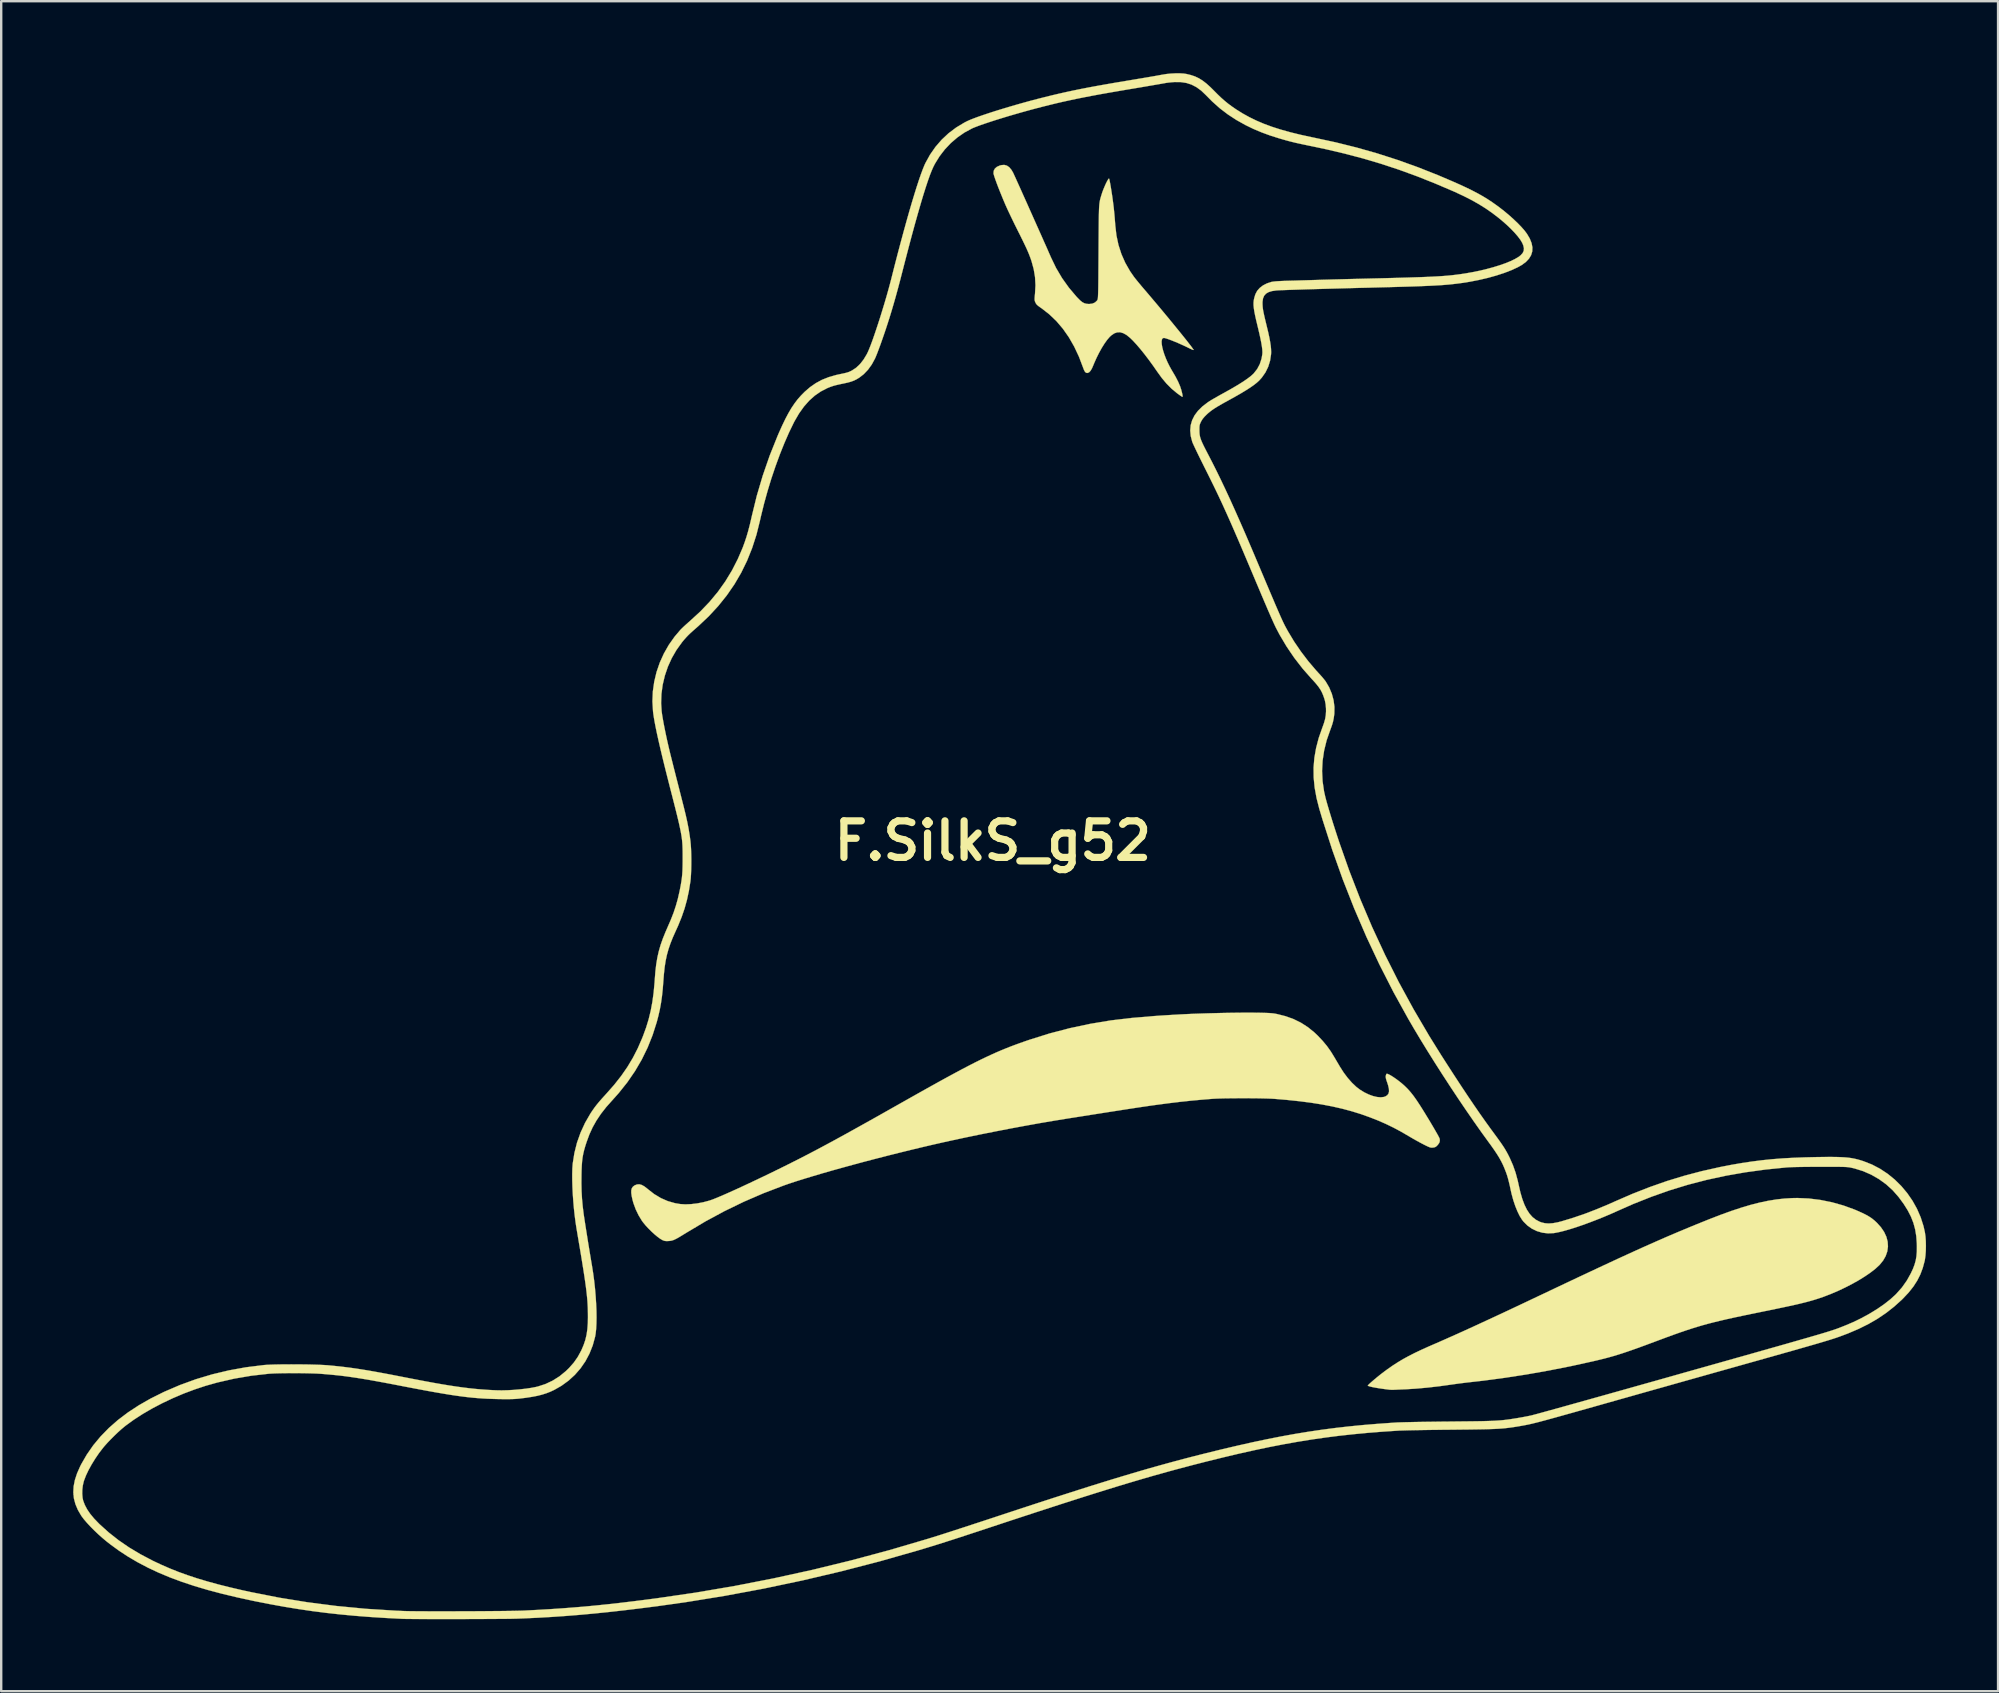
<source format=kicad_pcb>
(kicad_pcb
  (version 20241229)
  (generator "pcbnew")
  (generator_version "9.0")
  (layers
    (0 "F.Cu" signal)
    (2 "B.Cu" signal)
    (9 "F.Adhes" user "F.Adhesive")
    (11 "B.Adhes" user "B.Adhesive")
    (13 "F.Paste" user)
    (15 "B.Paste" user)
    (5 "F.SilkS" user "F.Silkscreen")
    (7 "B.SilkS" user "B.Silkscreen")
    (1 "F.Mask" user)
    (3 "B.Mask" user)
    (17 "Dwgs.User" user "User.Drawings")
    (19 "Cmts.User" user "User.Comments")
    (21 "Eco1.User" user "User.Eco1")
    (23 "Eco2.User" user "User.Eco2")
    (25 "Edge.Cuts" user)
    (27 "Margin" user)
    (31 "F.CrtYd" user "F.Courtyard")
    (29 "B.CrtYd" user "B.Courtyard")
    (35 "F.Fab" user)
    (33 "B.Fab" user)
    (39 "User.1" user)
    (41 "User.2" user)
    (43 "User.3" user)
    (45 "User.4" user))
  (footprint "F.SilkS_g52"
    (layer "F.Cu")
    (at 38.316 31.984)
    (property "Reference" "F.SilkS_g52" (at 0 0 0) (layer "F.SilkS") (effects (font (size 1.524 1.524) (thickness 0.3))))
    (attr through_hole)
    (fp_poly (pts (xy 33.994 14.9) (xy 34.478 14.96) (xy 34.962 15.058) (xy 35.441 15.193) (xy 35.91 15.364) (xy 36.199 15.491) (xy 36.367 15.573) (xy 36.505 15.651) (xy 36.624 15.73) (xy 36.735 15.82) (xy 36.827 15.905) (xy 37 16.096) (xy 37.134 16.293) (xy 37.228 16.495) (xy 37.281 16.698) (xy 37.294 16.901) (xy 37.267 17.102) (xy 37.199 17.299) (xy 37.091 17.488) (xy 36.942 17.67) (xy 36.925 17.686) (xy 36.764 17.834) (xy 36.566 17.987) (xy 36.337 18.144) (xy 36.083 18.302) (xy 35.808 18.456) (xy 35.518 18.606) (xy 35.218 18.748) (xy 34.914 18.878) (xy 34.61 18.995) (xy 34.396 19.068) (xy 34.274 19.107) (xy 34.151 19.144) (xy 34.023 19.18) (xy 33.887 19.217) (xy 33.738 19.254) (xy 33.575 19.294) (xy 33.392 19.336) (xy 33.186 19.381) (xy 32.954 19.431) (xy 32.692 19.486) (xy 32.397 19.547) (xy 32.064 19.615) (xy 31.983 19.632) (xy 31.584 19.713) (xy 31.221 19.789) (xy 30.892 19.859) (xy 30.59 19.926) (xy 30.311 19.991) (xy 30.052 20.054) (xy 29.806 20.117) (xy 29.57 20.182) (xy 29.339 20.25) (xy 29.108 20.322) (xy 28.873 20.399) (xy 28.63 20.482) (xy 28.373 20.573) (xy 28.098 20.673) (xy 27.801 20.784) (xy 27.739 20.807) (xy 27.414 20.928) (xy 27.124 21.036) (xy 26.864 21.13) (xy 26.629 21.214) (xy 26.417 21.287) (xy 26.22 21.353) (xy 26.036 21.411) (xy 25.86 21.464) (xy 25.687 21.513) (xy 25.512 21.56) (xy 25.331 21.605) (xy 25.14 21.651) (xy 25.008 21.682) (xy 24.085 21.885) (xy 23.159 22.068) (xy 22.238 22.231) (xy 21.331 22.371) (xy 20.446 22.489) (xy 19.971 22.543) (xy 19.802 22.562) (xy 19.611 22.585) (xy 19.415 22.61) (xy 19.232 22.635) (xy 19.135 22.649) (xy 18.607 22.722) (xy 18.11 22.779) (xy 17.646 22.821) (xy 17.218 22.848) (xy 17.187 22.849) (xy 17.065 22.854) (xy 16.943 22.859) (xy 16.835 22.864) (xy 16.754 22.868) (xy 16.753 22.868) (xy 16.668 22.871) (xy 16.591 22.87) (xy 16.542 22.868) (xy 16.34 22.843) (xy 16.155 22.817) (xy 15.992 22.791) (xy 15.854 22.766) (xy 15.744 22.742) (xy 15.667 22.72) (xy 15.626 22.702) (xy 15.621 22.693) (xy 15.637 22.673) (xy 15.68 22.63) (xy 15.745 22.57) (xy 15.827 22.499) (xy 15.92 22.42) (xy 16.019 22.338) (xy 16.117 22.259) (xy 16.21 22.186) (xy 16.211 22.185) (xy 16.432 22.02) (xy 16.648 21.869) (xy 16.864 21.729) (xy 17.087 21.595) (xy 17.323 21.466) (xy 17.578 21.336) (xy 17.858 21.203) (xy 18.17 21.062) (xy 18.309 21.002) (xy 18.617 20.868) (xy 18.938 20.726) (xy 19.272 20.577) (xy 19.625 20.418) (xy 19.996 20.249) (xy 20.39 20.067) (xy 20.809 19.873) (xy 21.256 19.665) (xy 21.732 19.441) (xy 22.241 19.201) (xy 22.784 18.943) (xy 22.849 18.913) (xy 23.405 18.649) (xy 23.925 18.403) (xy 24.411 18.173) (xy 24.867 17.959) (xy 25.294 17.759) (xy 25.695 17.572) (xy 26.072 17.397) (xy 26.428 17.234) (xy 26.765 17.08) (xy 27.085 16.935) (xy 27.391 16.799) (xy 27.685 16.669) (xy 27.969 16.544) (xy 28.246 16.425) (xy 28.519 16.309) (xy 28.789 16.196) (xy 29.059 16.084) (xy 29.331 15.972) (xy 29.609 15.86) (xy 29.845 15.765) (xy 30.321 15.581) (xy 30.765 15.42) (xy 31.183 15.282) (xy 31.576 15.165) (xy 31.949 15.07) (xy 32.305 14.995) (xy 32.647 14.94) (xy 32.98 14.903) (xy 33.306 14.884) (xy 33.516 14.88) (xy 33.994 14.9)) (stroke (width 0.01) (type solid)) (fill yes) (layer "F.SilkS"))
    (fp_poly (pts (xy 0.584 -28.135) (xy 0.684 -28.066) (xy 0.776 -27.957) (xy 0.845 -27.838) (xy 0.862 -27.801) (xy 0.895 -27.729) (xy 0.943 -27.625) (xy 1.002 -27.493) (xy 1.073 -27.337) (xy 1.153 -27.159) (xy 1.241 -26.963) (xy 1.335 -26.753) (xy 1.434 -26.533) (xy 1.535 -26.305) (xy 1.639 -26.073) (xy 1.742 -25.841) (xy 1.844 -25.613) (xy 1.943 -25.391) (xy 2.038 -25.179) (xy 2.125 -24.981) (xy 2.206 -24.801) (xy 2.277 -24.641) (xy 2.336 -24.505) (xy 2.384 -24.397) (xy 2.417 -24.32) (xy 2.632 -23.874) (xy 2.883 -23.448) (xy 3.17 -23.046) (xy 3.49 -22.668) (xy 3.537 -22.619) (xy 3.638 -22.517) (xy 3.726 -22.446) (xy 3.809 -22.401) (xy 3.896 -22.377) (xy 3.996 -22.368) (xy 4.014 -22.368) (xy 4.146 -22.384) (xy 4.255 -22.431) (xy 4.336 -22.506) (xy 4.352 -22.529) (xy 4.359 -22.541) (xy 4.365 -22.557) (xy 4.37 -22.579) (xy 4.375 -22.609) (xy 4.379 -22.649) (xy 4.382 -22.704) (xy 4.385 -22.774) (xy 4.388 -22.864) (xy 4.391 -22.975) (xy 4.393 -23.11) (xy 4.395 -23.272) (xy 4.397 -23.463) (xy 4.398 -23.687) (xy 4.4 -23.945) (xy 4.402 -24.24) (xy 4.404 -24.543) (xy 4.406 -24.878) (xy 4.408 -25.174) (xy 4.41 -25.434) (xy 4.412 -25.66) (xy 4.414 -25.856) (xy 4.416 -26.024) (xy 4.42 -26.167) (xy 4.423 -26.288) (xy 4.428 -26.391) (xy 4.434 -26.478) (xy 4.441 -26.552) (xy 4.45 -26.616) (xy 4.46 -26.673) (xy 4.471 -26.726) (xy 4.485 -26.778) (xy 4.5 -26.831) (xy 4.518 -26.889) (xy 4.532 -26.935) (xy 4.564 -27.034) (xy 4.605 -27.142) (xy 4.65 -27.251) (xy 4.696 -27.356) (xy 4.741 -27.449) (xy 4.782 -27.524) (xy 4.814 -27.575) (xy 4.836 -27.595) (xy 4.841 -27.594) (xy 4.852 -27.565) (xy 4.867 -27.501) (xy 4.885 -27.406) (xy 4.907 -27.286) (xy 4.929 -27.148) (xy 4.953 -26.997) (xy 4.977 -26.838) (xy 4.999 -26.678) (xy 5.019 -26.523) (xy 5.037 -26.378) (xy 5.047 -26.278) (xy 5.062 -26.13) (xy 5.077 -25.96) (xy 5.09 -25.791) (xy 5.101 -25.645) (xy 5.149 -25.226) (xy 5.234 -24.828) (xy 5.357 -24.447) (xy 5.518 -24.082) (xy 5.718 -23.733) (xy 5.875 -23.506) (xy 5.921 -23.446) (xy 5.989 -23.361) (xy 6.073 -23.258) (xy 6.168 -23.144) (xy 6.268 -23.026) (xy 6.311 -22.976) (xy 6.482 -22.776) (xy 6.657 -22.569) (xy 6.834 -22.359) (xy 7.011 -22.148) (xy 7.185 -21.938) (xy 7.355 -21.733) (xy 7.518 -21.534) (xy 7.673 -21.344) (xy 7.818 -21.166) (xy 7.95 -21.002) (xy 8.068 -20.855) (xy 8.168 -20.726) (xy 8.251 -20.62) (xy 8.312 -20.537) (xy 8.351 -20.481) (xy 8.366 -20.454) (xy 8.365 -20.452) (xy 8.337 -20.457) (xy 8.282 -20.479) (xy 8.211 -20.511) (xy 8.189 -20.522) (xy 8.043 -20.594) (xy 7.889 -20.665) (xy 7.735 -20.734) (xy 7.584 -20.797) (xy 7.445 -20.853) (xy 7.322 -20.899) (xy 7.221 -20.933) (xy 7.149 -20.952) (xy 7.122 -20.955) (xy 7.073 -20.937) (xy 7.043 -20.886) (xy 7.031 -20.806) (xy 7.036 -20.7) (xy 7.057 -20.573) (xy 7.093 -20.43) (xy 7.143 -20.273) (xy 7.206 -20.107) (xy 7.281 -19.936) (xy 7.367 -19.764) (xy 7.462 -19.595) (xy 7.474 -19.576) (xy 7.611 -19.341) (xy 7.721 -19.128) (xy 7.802 -18.939) (xy 7.849 -18.796) (xy 7.881 -18.672) (xy 7.9 -18.584) (xy 7.907 -18.529) (xy 7.902 -18.503) (xy 7.896 -18.5) (xy 7.872 -18.512) (xy 7.822 -18.545) (xy 7.753 -18.594) (xy 7.672 -18.653) (xy 7.667 -18.657) (xy 7.448 -18.839) (xy 7.241 -19.046) (xy 7.042 -19.283) (xy 6.858 -19.537) (xy 6.678 -19.796) (xy 6.497 -20.044) (xy 6.32 -20.276) (xy 6.149 -20.489) (xy 5.988 -20.677) (xy 5.841 -20.837) (xy 5.72 -20.955) (xy 5.574 -21.074) (xy 5.436 -21.152) (xy 5.306 -21.19) (xy 5.18 -21.187) (xy 5.058 -21.144) (xy 4.936 -21.06) (xy 4.865 -20.994) (xy 4.762 -20.874) (xy 4.652 -20.72) (xy 4.539 -20.54) (xy 4.428 -20.34) (xy 4.322 -20.128) (xy 4.225 -19.911) (xy 4.191 -19.828) (xy 4.132 -19.691) (xy 4.075 -19.592) (xy 4.019 -19.529) (xy 3.961 -19.499) (xy 3.928 -19.494) (xy 3.881 -19.506) (xy 3.839 -19.544) (xy 3.8 -19.614) (xy 3.76 -19.718) (xy 3.587 -20.174) (xy 3.389 -20.595) (xy 3.168 -20.981) (xy 2.922 -21.333) (xy 2.652 -21.651) (xy 2.357 -21.934) (xy 2.037 -22.185) (xy 1.974 -22.228) (xy 1.89 -22.289) (xy 1.833 -22.339) (xy 1.795 -22.389) (xy 1.773 -22.433) (xy 1.755 -22.475) (xy 1.744 -22.514) (xy 1.74 -22.558) (xy 1.741 -22.617) (xy 1.747 -22.7) (xy 1.757 -22.8) (xy 1.776 -23.15) (xy 1.758 -23.488) (xy 1.702 -23.823) (xy 1.615 -24.141) (xy 1.58 -24.246) (xy 1.542 -24.349) (xy 1.501 -24.455) (xy 1.453 -24.569) (xy 1.397 -24.696) (xy 1.329 -24.839) (xy 1.249 -25.005) (xy 1.154 -25.198) (xy 1.041 -25.423) (xy 1.021 -25.463) (xy 0.933 -25.639) (xy 0.844 -25.821) (xy 0.757 -26.002) (xy 0.676 -26.172) (xy 0.604 -26.325) (xy 0.547 -26.452) (xy 0.525 -26.501) (xy 0.442 -26.696) (xy 0.362 -26.891) (xy 0.286 -27.078) (xy 0.216 -27.256) (xy 0.155 -27.417) (xy 0.104 -27.558) (xy 0.064 -27.675) (xy 0.038 -27.761) (xy 0.027 -27.813) (xy 0.037 -27.92) (xy 0.085 -28.01) (xy 0.169 -28.083) (xy 0.289 -28.137) (xy 0.353 -28.154) (xy 0.474 -28.164) (xy 0.584 -28.135)) (stroke (width 0.01) (type solid)) (fill yes) (layer "F.SilkS"))
    (fp_poly (pts (xy 10.898 7.159) (xy 10.954 7.159) (xy 11.147 7.162) (xy 11.304 7.166) (xy 11.431 7.17) (xy 11.535 7.175) (xy 11.621 7.182) (xy 11.696 7.19) (xy 11.766 7.201) (xy 11.837 7.215) (xy 11.839 7.215) (xy 12.199 7.306) (xy 12.531 7.426) (xy 12.839 7.578) (xy 13.128 7.764) (xy 13.401 7.986) (xy 13.537 8.116) (xy 13.741 8.332) (xy 13.918 8.545) (xy 14.078 8.769) (xy 14.205 8.975) (xy 14.272 9.088) (xy 14.346 9.214) (xy 14.417 9.334) (xy 14.454 9.398) (xy 14.614 9.649) (xy 14.786 9.878) (xy 14.966 10.082) (xy 15.147 10.253) (xy 15.297 10.367) (xy 15.478 10.478) (xy 15.66 10.566) (xy 15.837 10.631) (xy 16.005 10.671) (xy 16.158 10.685) (xy 16.289 10.67) (xy 16.355 10.648) (xy 16.434 10.597) (xy 16.485 10.528) (xy 16.507 10.438) (xy 16.501 10.323) (xy 16.467 10.18) (xy 16.434 10.077) (xy 16.396 9.967) (xy 16.375 9.887) (xy 16.368 9.828) (xy 16.371 9.791) (xy 16.385 9.738) (xy 16.402 9.707) (xy 16.404 9.705) (xy 16.439 9.706) (xy 16.5 9.731) (xy 16.583 9.776) (xy 16.683 9.839) (xy 16.793 9.914) (xy 16.91 10.001) (xy 17.021 10.089) (xy 17.159 10.21) (xy 17.287 10.337) (xy 17.41 10.476) (xy 17.534 10.634) (xy 17.664 10.818) (xy 17.795 11.017) (xy 17.888 11.164) (xy 17.985 11.32) (xy 18.084 11.482) (xy 18.182 11.643) (xy 18.276 11.801) (xy 18.364 11.95) (xy 18.443 12.087) (xy 18.511 12.205) (xy 18.564 12.302) (xy 18.6 12.373) (xy 18.617 12.413) (xy 18.618 12.416) (xy 18.623 12.504) (xy 18.6 12.582) (xy 18.543 12.662) (xy 18.524 12.683) (xy 18.469 12.736) (xy 18.418 12.764) (xy 18.354 12.777) (xy 18.336 12.779) (xy 18.292 12.782) (xy 18.251 12.779) (xy 18.206 12.768) (xy 18.148 12.745) (xy 18.07 12.709) (xy 17.963 12.656) (xy 17.946 12.647) (xy 17.822 12.582) (xy 17.678 12.504) (xy 17.529 12.42) (xy 17.392 12.34) (xy 17.356 12.319) (xy 17.021 12.123) (xy 16.7 11.951) (xy 16.381 11.796) (xy 16.05 11.651) (xy 15.709 11.517) (xy 15.337 11.384) (xy 14.956 11.266) (xy 14.562 11.16) (xy 14.15 11.066) (xy 13.717 10.983) (xy 13.258 10.91) (xy 12.769 10.847) (xy 12.247 10.792) (xy 11.726 10.748) (xy 11.601 10.741) (xy 11.439 10.735) (xy 11.248 10.73) (xy 11.035 10.726) (xy 10.805 10.724) (xy 10.565 10.722) (xy 10.322 10.722) (xy 10.082 10.724) (xy 9.852 10.726) (xy 9.637 10.729) (xy 9.445 10.734) (xy 9.281 10.74) (xy 9.153 10.747) (xy 9.144 10.748) (xy 8.688 10.785) (xy 8.247 10.826) (xy 7.807 10.873) (xy 7.357 10.927) (xy 6.886 10.989) (xy 6.593 11.029) (xy 6.499 11.043) (xy 6.403 11.057) (xy 6.301 11.072) (xy 6.191 11.088) (xy 6.071 11.106) (xy 5.938 11.126) (xy 5.79 11.149) (xy 5.624 11.174) (xy 5.438 11.203) (xy 5.229 11.236) (xy 4.995 11.272) (xy 4.733 11.313) (xy 4.44 11.359) (xy 4.115 11.41) (xy 3.755 11.467) (xy 3.356 11.53) (xy 3.101 11.57) (xy 2.54 11.661) (xy 1.948 11.762) (xy 1.332 11.873) (xy 0.702 11.99) (xy 0.067 12.113) (xy -0.565 12.239) (xy -1.185 12.368) (xy -1.784 12.497) (xy -2.021 12.549) (xy -2.48 12.653) (xy -2.95 12.763) (xy -3.428 12.878) (xy -3.91 12.997) (xy -4.394 13.118) (xy -4.875 13.242) (xy -5.35 13.366) (xy -5.815 13.491) (xy -6.266 13.615) (xy -6.701 13.736) (xy -7.115 13.855) (xy -7.505 13.971) (xy -7.868 14.081) (xy -8.199 14.185) (xy -8.496 14.283) (xy -8.718 14.361) (xy -9.557 14.681) (xy -10.375 15.035) (xy -11.178 15.424) (xy -11.969 15.851) (xy -12.754 16.318) (xy -12.777 16.332) (xy -12.933 16.428) (xy -13.059 16.504) (xy -13.16 16.562) (xy -13.243 16.604) (xy -13.313 16.634) (xy -13.375 16.653) (xy -13.435 16.665) (xy -13.499 16.671) (xy -13.515 16.672) (xy -13.605 16.675) (xy -13.672 16.667) (xy -13.735 16.647) (xy -13.769 16.631) (xy -13.863 16.576) (xy -13.975 16.493) (xy -14.099 16.39) (xy -14.227 16.272) (xy -14.353 16.146) (xy -14.47 16.02) (xy -14.57 15.898) (xy -14.622 15.827) (xy -14.76 15.6) (xy -14.88 15.351) (xy -14.974 15.095) (xy -15.008 14.974) (xy -15.046 14.805) (xy -15.065 14.669) (xy -15.064 14.561) (xy -15.043 14.477) (xy -15 14.412) (xy -14.936 14.361) (xy -14.924 14.354) (xy -14.828 14.315) (xy -14.731 14.308) (xy -14.63 14.335) (xy -14.519 14.396) (xy -14.393 14.493) (xy -14.377 14.508) (xy -14.112 14.715) (xy -13.834 14.882) (xy -13.544 15.009) (xy -13.24 15.096) (xy -13.024 15.132) (xy -12.811 15.145) (xy -12.572 15.135) (xy -12.319 15.105) (xy -12.06 15.055) (xy -11.806 14.987) (xy -11.79 14.981) (xy -11.685 14.945) (xy -11.546 14.89) (xy -11.376 14.819) (xy -11.178 14.734) (xy -10.955 14.635) (xy -10.711 14.525) (xy -10.45 14.405) (xy -10.174 14.276) (xy -9.886 14.14) (xy -9.591 14) (xy -9.29 13.855) (xy -8.989 13.708) (xy -8.689 13.56) (xy -8.395 13.413) (xy -8.109 13.269) (xy -7.835 13.128) (xy -7.726 13.072) (xy -7.512 12.96) (xy -7.299 12.848) (xy -7.082 12.732) (xy -6.86 12.613) (xy -6.629 12.488) (xy -6.386 12.355) (xy -6.128 12.214) (xy -5.853 12.061) (xy -5.558 11.897) (xy -5.239 11.719) (xy -4.894 11.526) (xy -4.52 11.315) (xy -4.115 11.086) (xy -3.831 10.926) (xy -3.376 10.669) (xy -2.955 10.432) (xy -2.565 10.214) (xy -2.205 10.014) (xy -1.871 9.831) (xy -1.562 9.664) (xy -1.275 9.51) (xy -1.007 9.37) (xy -0.756 9.241) (xy -0.52 9.124) (xy -0.296 9.016) (xy -0.082 8.916) (xy 0.124 8.823) (xy 0.326 8.736) (xy 0.525 8.654) (xy 0.724 8.575) (xy 0.926 8.499) (xy 1.132 8.424) (xy 1.345 8.349) (xy 1.535 8.284) (xy 2.36 8.025) (xy 3.202 7.805) (xy 4.057 7.623) (xy 4.919 7.48) (xy 5.785 7.378) (xy 6.181 7.345) (xy 6.297 7.336) (xy 6.404 7.328) (xy 6.492 7.32) (xy 6.551 7.314) (xy 6.562 7.313) (xy 6.614 7.308) (xy 6.702 7.3) (xy 6.821 7.292) (xy 6.963 7.282) (xy 7.124 7.272) (xy 7.297 7.261) (xy 7.477 7.25) (xy 7.656 7.24) (xy 7.829 7.23) (xy 7.991 7.222) (xy 8.054 7.219) (xy 8.316 7.207) (xy 8.603 7.197) (xy 8.906 7.187) (xy 9.219 7.179) (xy 9.534 7.171) (xy 9.844 7.165) (xy 10.143 7.161) (xy 10.423 7.158) (xy 10.677 7.157) (xy 10.898 7.159)) (stroke (width 0.01) (type solid)) (fill yes) (layer "F.SilkS"))
    (fp_poly (pts (xy 7.951 -31.969) (xy 8.065 -31.952) (xy 8.254 -31.906) (xy 8.426 -31.848) (xy 8.585 -31.772) (xy 8.741 -31.675) (xy 8.899 -31.553) (xy 9.067 -31.401) (xy 9.197 -31.272) (xy 9.369 -31.099) (xy 9.523 -30.952) (xy 9.669 -30.824) (xy 9.814 -30.706) (xy 9.969 -30.592) (xy 10.135 -30.478) (xy 10.405 -30.309) (xy 10.686 -30.153) (xy 10.981 -30.009) (xy 11.296 -29.875) (xy 11.632 -29.751) (xy 11.995 -29.635) (xy 12.388 -29.525) (xy 12.815 -29.42) (xy 13.28 -29.319) (xy 13.396 -29.295) (xy 14.294 -29.101) (xy 15.165 -28.884) (xy 16.017 -28.642) (xy 16.858 -28.372) (xy 17.698 -28.071) (xy 18.543 -27.737) (xy 19.132 -27.486) (xy 19.447 -27.347) (xy 19.727 -27.217) (xy 19.978 -27.094) (xy 20.206 -26.975) (xy 20.417 -26.856) (xy 20.616 -26.734) (xy 20.809 -26.607) (xy 21.002 -26.47) (xy 21.114 -26.387) (xy 21.316 -26.229) (xy 21.514 -26.063) (xy 21.702 -25.894) (xy 21.875 -25.729) (xy 22.028 -25.57) (xy 22.155 -25.424) (xy 22.252 -25.295) (xy 22.253 -25.294) (xy 22.37 -25.095) (xy 22.445 -24.907) (xy 22.48 -24.729) (xy 22.474 -24.561) (xy 22.427 -24.404) (xy 22.338 -24.257) (xy 22.209 -24.12) (xy 22.038 -23.994) (xy 21.874 -23.901) (xy 21.609 -23.779) (xy 21.308 -23.663) (xy 20.977 -23.555) (xy 20.622 -23.456) (xy 20.248 -23.369) (xy 19.863 -23.294) (xy 19.537 -23.243) (xy 19.41 -23.226) (xy 19.284 -23.21) (xy 19.157 -23.196) (xy 19.027 -23.182) (xy 18.889 -23.17) (xy 18.742 -23.158) (xy 18.583 -23.148) (xy 18.409 -23.138) (xy 18.217 -23.128) (xy 18.005 -23.119) (xy 17.77 -23.109) (xy 17.509 -23.1) (xy 17.219 -23.091) (xy 16.898 -23.082) (xy 16.543 -23.072) (xy 16.152 -23.062) (xy 15.72 -23.051) (xy 15.706 -23.05) (xy 15.277 -23.04) (xy 14.864 -23.029) (xy 14.468 -23.018) (xy 14.091 -23.008) (xy 13.736 -22.998) (xy 13.403 -22.989) (xy 13.096 -22.98) (xy 12.816 -22.971) (xy 12.566 -22.963) (xy 12.347 -22.956) (xy 12.161 -22.949) (xy 12.011 -22.944) (xy 11.899 -22.939) (xy 11.826 -22.934) (xy 11.811 -22.933) (xy 11.631 -22.907) (xy 11.489 -22.863) (xy 11.38 -22.799) (xy 11.303 -22.711) (xy 11.256 -22.599) (xy 11.236 -22.46) (xy 11.235 -22.404) (xy 11.237 -22.33) (xy 11.241 -22.259) (xy 11.249 -22.185) (xy 11.261 -22.102) (xy 11.28 -22.006) (xy 11.305 -21.889) (xy 11.338 -21.746) (xy 11.38 -21.571) (xy 11.409 -21.452) (xy 11.47 -21.199) (xy 11.518 -20.981) (xy 11.553 -20.793) (xy 11.578 -20.631) (xy 11.591 -20.491) (xy 11.595 -20.367) (xy 11.592 -20.278) (xy 11.552 -20.01) (xy 11.474 -19.756) (xy 11.358 -19.518) (xy 11.206 -19.301) (xy 11.093 -19.176) (xy 10.996 -19.088) (xy 10.874 -18.992) (xy 10.725 -18.888) (xy 10.546 -18.773) (xy 10.335 -18.645) (xy 10.09 -18.505) (xy 9.832 -18.362) (xy 9.635 -18.254) (xy 9.472 -18.161) (xy 9.336 -18.081) (xy 9.222 -18.009) (xy 9.126 -17.943) (xy 9.043 -17.88) (xy 8.966 -17.816) (xy 8.913 -17.767) (xy 8.814 -17.668) (xy 8.741 -17.58) (xy 8.687 -17.492) (xy 8.673 -17.466) (xy 8.642 -17.4) (xy 8.622 -17.346) (xy 8.611 -17.29) (xy 8.606 -17.221) (xy 8.606 -17.125) (xy 8.606 -17.103) (xy 8.608 -17.017) (xy 8.614 -16.938) (xy 8.627 -16.861) (xy 8.648 -16.782) (xy 8.679 -16.694) (xy 8.722 -16.592) (xy 8.779 -16.47) (xy 8.853 -16.324) (xy 8.944 -16.148) (xy 8.971 -16.097) (xy 9.145 -15.76) (xy 9.323 -15.405) (xy 9.505 -15.032) (xy 9.693 -14.636) (xy 9.888 -14.216) (xy 10.09 -13.768) (xy 10.302 -13.29) (xy 10.525 -12.78) (xy 10.759 -12.234) (xy 10.943 -11.8) (xy 11.101 -11.426) (xy 11.244 -11.088) (xy 11.372 -10.785) (xy 11.487 -10.514) (xy 11.589 -10.273) (xy 11.68 -10.06) (xy 11.759 -9.873) (xy 11.83 -9.709) (xy 11.892 -9.566) (xy 11.946 -9.443) (xy 11.993 -9.335) (xy 12.035 -9.243) (xy 12.072 -9.162) (xy 12.105 -9.092) (xy 12.136 -9.029) (xy 12.165 -8.972) (xy 12.193 -8.918) (xy 12.222 -8.865) (xy 12.252 -8.811) (xy 12.283 -8.754) (xy 12.296 -8.731) (xy 12.549 -8.309) (xy 12.835 -7.889) (xy 13.144 -7.483) (xy 13.469 -7.102) (xy 13.557 -7.006) (xy 13.644 -6.911) (xy 13.728 -6.816) (xy 13.801 -6.728) (xy 13.855 -6.659) (xy 13.869 -6.639) (xy 14.013 -6.393) (xy 14.123 -6.13) (xy 14.196 -5.859) (xy 14.232 -5.583) (xy 14.228 -5.311) (xy 14.224 -5.269) (xy 14.202 -5.109) (xy 14.173 -4.967) (xy 14.132 -4.826) (xy 14.076 -4.67) (xy 14.056 -4.616) (xy 13.908 -4.193) (xy 13.803 -3.767) (xy 13.739 -3.339) (xy 13.717 -2.911) (xy 13.738 -2.484) (xy 13.8 -2.059) (xy 13.854 -1.821) (xy 13.895 -1.665) (xy 13.949 -1.475) (xy 14.014 -1.256) (xy 14.088 -1.013) (xy 14.169 -0.751) (xy 14.257 -0.476) (xy 14.349 -0.193) (xy 14.423 0.032) (xy 14.847 1.237) (xy 15.307 2.424) (xy 15.804 3.594) (xy 16.34 4.748) (xy 16.914 5.888) (xy 17.528 7.014) (xy 18.183 8.13) (xy 18.669 8.911) (xy 18.978 9.393) (xy 19.268 9.841) (xy 19.542 10.259) (xy 19.801 10.648) (xy 20.048 11.013) (xy 20.285 11.357) (xy 20.514 11.682) (xy 20.737 11.992) (xy 20.931 12.255) (xy 21.06 12.432) (xy 21.168 12.583) (xy 21.258 12.715) (xy 21.335 12.836) (xy 21.403 12.953) (xy 21.468 13.073) (xy 21.533 13.204) (xy 21.537 13.212) (xy 21.67 13.515) (xy 21.78 13.827) (xy 21.87 14.162) (xy 21.906 14.326) (xy 21.979 14.644) (xy 22.06 14.922) (xy 22.15 15.162) (xy 22.25 15.366) (xy 22.362 15.537) (xy 22.486 15.676) (xy 22.625 15.785) (xy 22.778 15.866) (xy 22.854 15.895) (xy 22.999 15.93) (xy 23.155 15.942) (xy 23.329 15.93) (xy 23.527 15.894) (xy 23.688 15.853) (xy 24.172 15.706) (xy 24.657 15.541) (xy 25.149 15.352) (xy 25.659 15.139) (xy 25.911 15.026) (xy 26.644 14.708) (xy 27.366 14.425) (xy 28.083 14.174) (xy 28.803 13.954) (xy 29.535 13.761) (xy 30.285 13.593) (xy 30.342 13.581) (xy 30.786 13.495) (xy 31.214 13.421) (xy 31.632 13.359) (xy 32.049 13.306) (xy 32.471 13.263) (xy 32.905 13.229) (xy 33.359 13.204) (xy 33.841 13.186) (xy 34.356 13.174) (xy 34.385 13.174) (xy 34.671 13.17) (xy 34.919 13.169) (xy 35.135 13.171) (xy 35.323 13.177) (xy 35.489 13.186) (xy 35.636 13.199) (xy 35.77 13.217) (xy 35.897 13.241) (xy 36.02 13.27) (xy 36.145 13.305) (xy 36.276 13.347) (xy 36.278 13.348) (xy 36.629 13.486) (xy 36.965 13.662) (xy 37.282 13.872) (xy 37.578 14.113) (xy 37.851 14.383) (xy 38.098 14.678) (xy 38.317 14.995) (xy 38.504 15.331) (xy 38.657 15.683) (xy 38.774 16.048) (xy 38.833 16.309) (xy 38.857 16.477) (xy 38.871 16.67) (xy 38.875 16.875) (xy 38.871 17.081) (xy 38.857 17.275) (xy 38.834 17.445) (xy 38.823 17.503) (xy 38.744 17.795) (xy 38.642 18.067) (xy 38.511 18.325) (xy 38.35 18.574) (xy 38.155 18.819) (xy 37.922 19.067) (xy 37.872 19.117) (xy 37.555 19.403) (xy 37.221 19.666) (xy 36.865 19.907) (xy 36.484 20.128) (xy 36.072 20.333) (xy 35.627 20.523) (xy 35.306 20.644) (xy 35.238 20.668) (xy 35.167 20.693) (xy 35.09 20.719) (xy 35.006 20.746) (xy 34.912 20.776) (xy 34.806 20.809) (xy 34.686 20.845) (xy 34.55 20.886) (xy 34.397 20.931) (xy 34.223 20.982) (xy 34.027 21.038) (xy 33.808 21.101) (xy 33.562 21.171) (xy 33.289 21.249) (xy 32.985 21.335) (xy 32.649 21.43) (xy 32.279 21.534) (xy 31.872 21.649) (xy 31.427 21.774) (xy 31.327 21.802) (xy 30.919 21.917) (xy 30.478 22.041) (xy 30.011 22.172) (xy 29.523 22.31) (xy 29.021 22.451) (xy 28.513 22.594) (xy 28.004 22.738) (xy 27.502 22.879) (xy 27.013 23.017) (xy 26.544 23.15) (xy 26.1 23.275) (xy 25.69 23.391) (xy 25.622 23.41) (xy 25.206 23.528) (xy 24.827 23.635) (xy 24.485 23.731) (xy 24.177 23.818) (xy 23.901 23.895) (xy 23.654 23.964) (xy 23.435 24.025) (xy 23.24 24.079) (xy 23.069 24.126) (xy 22.918 24.166) (xy 22.785 24.202) (xy 22.669 24.232) (xy 22.566 24.257) (xy 22.475 24.28) (xy 22.394 24.298) (xy 22.32 24.315) (xy 22.25 24.329) (xy 22.184 24.342) (xy 22.118 24.354) (xy 22.077 24.362) (xy 21.934 24.387) (xy 21.803 24.409) (xy 21.679 24.428) (xy 21.56 24.445) (xy 21.442 24.46) (xy 21.322 24.473) (xy 21.195 24.484) (xy 21.059 24.493) (xy 20.909 24.501) (xy 20.743 24.507) (xy 20.557 24.513) (xy 20.347 24.517) (xy 20.11 24.521) (xy 19.842 24.525) (xy 19.539 24.528) (xy 19.199 24.532) (xy 19.092 24.533) (xy 18.807 24.535) (xy 18.526 24.539) (xy 18.254 24.542) (xy 17.994 24.546) (xy 17.751 24.55) (xy 17.528 24.554) (xy 17.33 24.558) (xy 17.16 24.563) (xy 17.022 24.567) (xy 16.92 24.57) (xy 16.88 24.573) (xy 16.242 24.615) (xy 15.626 24.664) (xy 15.027 24.721) (xy 14.44 24.785) (xy 13.86 24.859) (xy 13.281 24.942) (xy 12.7 25.036) (xy 12.111 25.141) (xy 11.509 25.258) (xy 10.888 25.389) (xy 10.245 25.533) (xy 9.575 25.692) (xy 8.871 25.866) (xy 8.7 25.91) (xy 8.355 25.998) (xy 8.015 26.088) (xy 7.675 26.178) (xy 7.335 26.27) (xy 6.992 26.366) (xy 6.643 26.464) (xy 6.287 26.567) (xy 5.92 26.675) (xy 5.541 26.788) (xy 5.147 26.907) (xy 4.736 27.034) (xy 4.306 27.168) (xy 3.854 27.31) (xy 3.378 27.462) (xy 2.876 27.623) (xy 2.346 27.795) (xy 1.785 27.977) (xy 1.191 28.172) (xy 0.561 28.379) (xy -0.095 28.596) (xy -0.471 28.721) (xy -0.811 28.832) (xy -1.118 28.933) (xy -1.398 29.025) (xy -1.654 29.108) (xy -1.889 29.183) (xy -2.109 29.253) (xy -2.318 29.319) (xy -2.518 29.381) (xy -2.715 29.441) (xy -2.912 29.501) (xy -3.113 29.561) (xy -3.133 29.567) (xy -4.719 30.019) (xy -6.32 30.434) (xy -7.933 30.813) (xy -9.552 31.154) (xy -11.174 31.456) (xy -12.794 31.719) (xy -13.981 31.886) (xy -14.686 31.976) (xy -15.357 32.057) (xy -15.997 32.129) (xy -16.614 32.192) (xy -17.211 32.247) (xy -17.797 32.294) (xy -18.375 32.334) (xy -18.951 32.367) (xy -19.532 32.394) (xy -19.854 32.406) (xy -19.941 32.408) (xy -20.065 32.411) (xy -20.222 32.413) (xy -20.409 32.415) (xy -20.621 32.416) (xy -20.856 32.418) (xy -21.108 32.419) (xy -21.376 32.42) (xy -21.654 32.421) (xy -21.94 32.422) (xy -22.229 32.423) (xy -22.518 32.423) (xy -22.803 32.423) (xy -23.08 32.423) (xy -23.347 32.423) (xy -23.598 32.422) (xy -23.831 32.422) (xy -24.041 32.421) (xy -24.225 32.419) (xy -24.38 32.418) (xy -24.501 32.416) (xy -24.584 32.414) (xy -24.606 32.413) (xy -25.299 32.377) (xy -25.957 32.335) (xy -26.585 32.286) (xy -27.191 32.229) (xy -27.781 32.164) (xy -28.361 32.09) (xy -28.939 32.005) (xy -29.519 31.91) (xy -30.11 31.803) (xy -30.717 31.684) (xy -30.819 31.663) (xy -31.49 31.517) (xy -32.122 31.366) (xy -32.716 31.208) (xy -33.276 31.042) (xy -33.802 30.867) (xy -34.298 30.682) (xy -34.766 30.486) (xy -35.209 30.278) (xy -35.627 30.058) (xy -36.025 29.825) (xy -36.404 29.577) (xy -36.766 29.313) (xy -36.915 29.197) (xy -37.09 29.051) (xy -37.267 28.894) (xy -37.439 28.73) (xy -37.601 28.567) (xy -37.747 28.409) (xy -37.872 28.263) (xy -37.968 28.135) (xy -37.982 28.114) (xy -38.122 27.875) (xy -38.223 27.636) (xy -38.287 27.394) (xy -38.304 27.217) (xy -37.94 27.217) (xy -37.925 27.378) (xy -37.902 27.484) (xy -37.832 27.669) (xy -37.734 27.854) (xy -37.606 28.042) (xy -37.444 28.237) (xy -37.245 28.443) (xy -37.214 28.474) (xy -36.833 28.817) (xy -36.425 29.138) (xy -35.987 29.439) (xy -35.514 29.722) (xy -35.005 29.99) (xy -34.999 29.993) (xy -34.651 30.157) (xy -34.296 30.312) (xy -33.931 30.458) (xy -33.549 30.596) (xy -33.149 30.728) (xy -32.725 30.855) (xy -32.274 30.979) (xy -31.791 31.1) (xy -31.273 31.221) (xy -30.924 31.297) (xy -29.744 31.53) (xy -28.553 31.723) (xy -27.349 31.878) (xy -26.129 31.995) (xy -24.893 32.073) (xy -24.543 32.088) (xy -24.437 32.091) (xy -24.293 32.094) (xy -24.115 32.096) (xy -23.906 32.098) (xy -23.672 32.099) (xy -23.415 32.1) (xy -23.14 32.1) (xy -22.85 32.1) (xy -22.55 32.1) (xy -22.243 32.099) (xy -21.933 32.098) (xy -21.625 32.097) (xy -21.322 32.095) (xy -21.028 32.093) (xy -20.747 32.09) (xy -20.483 32.088) (xy -20.24 32.085) (xy -20.022 32.082) (xy -19.833 32.078) (xy -19.676 32.075) (xy -19.556 32.071) (xy -19.516 32.069) (xy -18.975 32.041) (xy -18.46 32.011) (xy -17.963 31.978) (xy -17.477 31.941) (xy -16.997 31.901) (xy -16.513 31.855) (xy -16.021 31.804) (xy -15.512 31.747) (xy -14.981 31.683) (xy -14.42 31.612) (xy -14.002 31.557) (xy -12.384 31.321) (xy -10.762 31.045) (xy -9.139 30.728) (xy -7.518 30.373) (xy -5.904 29.979) (xy -4.3 29.548) (xy -2.709 29.08) (xy -2.275 28.945) (xy -2.142 28.903) (xy -1.972 28.848) (xy -1.773 28.784) (xy -1.548 28.711) (xy -1.302 28.631) (xy -1.04 28.546) (xy -0.768 28.456) (xy -0.489 28.365) (xy -0.209 28.273) (xy 0.068 28.182) (xy 0.085 28.176) (xy 0.754 27.955) (xy 1.386 27.747) (xy 1.983 27.552) (xy 2.547 27.369) (xy 3.08 27.198) (xy 3.586 27.036) (xy 4.065 26.884) (xy 4.522 26.742) (xy 4.958 26.607) (xy 5.375 26.481) (xy 5.776 26.361) (xy 6.163 26.247) (xy 6.539 26.138) (xy 6.906 26.035) (xy 7.267 25.935) (xy 7.623 25.838) (xy 7.977 25.744) (xy 8.332 25.652) (xy 8.69 25.561) (xy 8.858 25.519) (xy 9.549 25.349) (xy 10.206 25.195) (xy 10.833 25.054) (xy 11.436 24.927) (xy 12.02 24.812) (xy 12.59 24.709) (xy 13.15 24.617) (xy 13.707 24.535) (xy 14.264 24.462) (xy 14.827 24.398) (xy 15.401 24.341) (xy 15.991 24.292) (xy 16.602 24.248) (xy 16.828 24.233) (xy 16.906 24.23) (xy 17.023 24.226) (xy 17.174 24.222) (xy 17.356 24.218) (xy 17.564 24.213) (xy 17.795 24.209) (xy 18.045 24.205) (xy 18.31 24.202) (xy 18.586 24.198) (xy 18.869 24.195) (xy 19.029 24.194) (xy 19.373 24.19) (xy 19.679 24.187) (xy 19.949 24.184) (xy 20.187 24.181) (xy 20.397 24.177) (xy 20.582 24.172) (xy 20.745 24.167) (xy 20.89 24.161) (xy 21.02 24.153) (xy 21.139 24.145) (xy 21.25 24.135) (xy 21.358 24.123) (xy 21.464 24.109) (xy 21.573 24.094) (xy 21.688 24.076) (xy 21.812 24.056) (xy 21.823 24.055) (xy 21.966 24.03) (xy 22.123 24.002) (xy 22.277 23.972) (xy 22.409 23.945) (xy 22.426 23.941) (xy 22.472 23.93) (xy 22.556 23.907) (xy 22.677 23.875) (xy 22.834 23.832) (xy 23.023 23.78) (xy 23.244 23.719) (xy 23.494 23.65) (xy 23.771 23.573) (xy 24.074 23.488) (xy 24.4 23.397) (xy 24.748 23.3) (xy 25.115 23.197) (xy 25.501 23.089) (xy 25.902 22.976) (xy 26.317 22.86) (xy 26.745 22.739) (xy 27.182 22.616) (xy 27.517 22.522) (xy 28.166 22.339) (xy 28.776 22.166) (xy 29.348 22.005) (xy 29.883 21.854) (xy 30.383 21.713) (xy 30.849 21.581) (xy 31.282 21.459) (xy 31.683 21.346) (xy 32.055 21.24) (xy 32.398 21.143) (xy 32.713 21.054) (xy 33.002 20.972) (xy 33.267 20.896) (xy 33.508 20.827) (xy 33.727 20.764) (xy 33.926 20.707) (xy 34.105 20.655) (xy 34.266 20.608) (xy 34.41 20.566) (xy 34.539 20.528) (xy 34.654 20.493) (xy 34.756 20.462) (xy 34.847 20.434) (xy 34.927 20.408) (xy 34.999 20.385) (xy 35.064 20.363) (xy 35.122 20.343) (xy 35.176 20.324) (xy 35.226 20.305) (xy 35.275 20.287) (xy 35.322 20.268) (xy 35.371 20.249) (xy 35.421 20.229) (xy 35.474 20.208) (xy 35.496 20.2) (xy 35.849 20.05) (xy 36.195 19.882) (xy 36.528 19.699) (xy 36.843 19.506) (xy 37.133 19.306) (xy 37.394 19.101) (xy 37.618 18.897) (xy 37.634 18.88) (xy 37.876 18.609) (xy 38.082 18.317) (xy 38.246 18.023) (xy 38.335 17.833) (xy 38.402 17.656) (xy 38.45 17.485) (xy 38.481 17.307) (xy 38.497 17.114) (xy 38.499 16.895) (xy 38.496 16.771) (xy 38.474 16.47) (xy 38.428 16.189) (xy 38.355 15.92) (xy 38.253 15.658) (xy 38.119 15.397) (xy 37.952 15.13) (xy 37.749 14.853) (xy 37.735 14.835) (xy 37.492 14.558) (xy 37.219 14.31) (xy 36.92 14.093) (xy 36.599 13.909) (xy 36.259 13.76) (xy 35.902 13.649) (xy 35.813 13.628) (xy 35.763 13.617) (xy 35.717 13.608) (xy 35.67 13.6) (xy 35.618 13.594) (xy 35.558 13.589) (xy 35.485 13.585) (xy 35.395 13.583) (xy 35.284 13.581) (xy 35.148 13.58) (xy 34.983 13.579) (xy 34.786 13.579) (xy 34.55 13.579) (xy 34.48 13.579) (xy 34.196 13.58) (xy 33.933 13.582) (xy 33.695 13.585) (xy 33.486 13.589) (xy 33.309 13.593) (xy 33.167 13.599) (xy 33.064 13.606) (xy 33.062 13.606) (xy 32.193 13.694) (xy 31.353 13.809) (xy 30.537 13.952) (xy 29.743 14.124) (xy 28.965 14.326) (xy 28.199 14.56) (xy 27.442 14.827) (xy 26.688 15.126) (xy 26.047 15.409) (xy 25.751 15.541) (xy 25.45 15.669) (xy 25.148 15.79) (xy 24.851 15.904) (xy 24.562 16.009) (xy 24.287 16.103) (xy 24.029 16.184) (xy 23.794 16.251) (xy 23.586 16.302) (xy 23.41 16.336) (xy 23.362 16.343) (xy 23.123 16.353) (xy 22.89 16.324) (xy 22.666 16.258) (xy 22.458 16.157) (xy 22.269 16.023) (xy 22.105 15.859) (xy 22.045 15.78) (xy 21.948 15.625) (xy 21.855 15.433) (xy 21.766 15.214) (xy 21.685 14.973) (xy 21.615 14.717) (xy 21.58 14.563) (xy 21.537 14.362) (xy 21.497 14.195) (xy 21.46 14.053) (xy 21.423 13.929) (xy 21.383 13.815) (xy 21.38 13.807) (xy 21.317 13.645) (xy 21.252 13.494) (xy 21.179 13.348) (xy 21.097 13.2) (xy 21 13.044) (xy 20.886 12.873) (xy 20.75 12.68) (xy 20.648 12.541) (xy 20.351 12.131) (xy 20.04 11.69) (xy 19.719 11.225) (xy 19.392 10.742) (xy 19.064 10.247) (xy 18.738 9.746) (xy 18.419 9.247) (xy 18.11 8.755) (xy 17.817 8.277) (xy 17.543 7.819) (xy 17.31 7.419) (xy 16.69 6.297) (xy 16.108 5.155) (xy 15.562 3.992) (xy 15.053 2.809) (xy 14.579 1.604) (xy 14.142 0.377) (xy 13.74 -0.873) (xy 13.602 -1.333) (xy 13.487 -1.784) (xy 13.408 -2.218) (xy 13.367 -2.64) (xy 13.363 -3.054) (xy 13.397 -3.464) (xy 13.469 -3.874) (xy 13.578 -4.289) (xy 13.726 -4.712) (xy 13.728 -4.715) (xy 13.797 -4.909) (xy 13.845 -5.079) (xy 13.872 -5.239) (xy 13.882 -5.399) (xy 13.88 -5.524) (xy 13.865 -5.692) (xy 13.836 -5.841) (xy 13.811 -5.927) (xy 13.764 -6.062) (xy 13.713 -6.182) (xy 13.653 -6.294) (xy 13.579 -6.405) (xy 13.486 -6.524) (xy 13.37 -6.657) (xy 13.27 -6.764) (xy 12.904 -7.181) (xy 12.557 -7.629) (xy 12.237 -8.1) (xy 11.949 -8.586) (xy 11.799 -8.871) (xy 11.769 -8.933) (xy 11.735 -9.005) (xy 11.696 -9.089) (xy 11.651 -9.189) (xy 11.599 -9.305) (xy 11.54 -9.441) (xy 11.471 -9.599) (xy 11.393 -9.781) (xy 11.304 -9.989) (xy 11.203 -10.226) (xy 11.09 -10.495) (xy 10.962 -10.796) (xy 10.82 -11.134) (xy 10.754 -11.289) (xy 10.576 -11.71) (xy 10.412 -12.097) (xy 10.261 -12.452) (xy 10.12 -12.778) (xy 9.989 -13.08) (xy 9.865 -13.362) (xy 9.746 -13.627) (xy 9.632 -13.879) (xy 9.521 -14.121) (xy 9.41 -14.358) (xy 9.298 -14.592) (xy 9.183 -14.829) (xy 9.064 -15.071) (xy 8.939 -15.322) (xy 8.832 -15.536) (xy 8.737 -15.727) (xy 8.646 -15.911) (xy 8.561 -16.083) (xy 8.485 -16.24) (xy 8.42 -16.377) (xy 8.367 -16.49) (xy 8.329 -16.574) (xy 8.309 -16.624) (xy 8.308 -16.626) (xy 8.245 -16.867) (xy 8.224 -17.097) (xy 8.243 -17.317) (xy 8.304 -17.527) (xy 8.405 -17.728) (xy 8.548 -17.919) (xy 8.732 -18.101) (xy 8.957 -18.273) (xy 9.07 -18.346) (xy 9.138 -18.387) (xy 9.235 -18.443) (xy 9.354 -18.511) (xy 9.487 -18.586) (xy 9.625 -18.662) (xy 9.694 -18.7) (xy 9.975 -18.858) (xy 10.222 -19.004) (xy 10.436 -19.139) (xy 10.614 -19.262) (xy 10.756 -19.371) (xy 10.86 -19.466) (xy 10.869 -19.476) (xy 11.014 -19.66) (xy 11.122 -19.864) (xy 11.195 -20.09) (xy 11.228 -20.279) (xy 11.232 -20.362) (xy 11.227 -20.465) (xy 11.211 -20.593) (xy 11.186 -20.747) (xy 11.149 -20.932) (xy 11.101 -21.15) (xy 11.041 -21.404) (xy 11.024 -21.474) (xy 10.969 -21.703) (xy 10.926 -21.897) (xy 10.894 -22.061) (xy 10.873 -22.201) (xy 10.862 -22.321) (xy 10.862 -22.428) (xy 10.872 -22.527) (xy 10.892 -22.622) (xy 10.921 -22.72) (xy 10.944 -22.786) (xy 11.015 -22.919) (xy 11.121 -23.039) (xy 11.258 -23.144) (xy 11.42 -23.227) (xy 11.602 -23.287) (xy 11.623 -23.291) (xy 11.694 -23.302) (xy 11.803 -23.313) (xy 11.943 -23.322) (xy 12.109 -23.33) (xy 12.266 -23.335) (xy 12.429 -23.339) (xy 12.622 -23.344) (xy 12.833 -23.351) (xy 13.049 -23.357) (xy 13.259 -23.363) (xy 13.42 -23.368) (xy 13.562 -23.372) (xy 13.739 -23.378) (xy 13.947 -23.383) (xy 14.179 -23.39) (xy 14.427 -23.396) (xy 14.687 -23.403) (xy 14.952 -23.41) (xy 15.216 -23.416) (xy 15.409 -23.421) (xy 15.862 -23.432) (xy 16.275 -23.442) (xy 16.651 -23.452) (xy 16.992 -23.461) (xy 17.3 -23.47) (xy 17.579 -23.479) (xy 17.83 -23.487) (xy 18.057 -23.496) (xy 18.261 -23.505) (xy 18.446 -23.514) (xy 18.613 -23.524) (xy 18.765 -23.534) (xy 18.905 -23.545) (xy 19.036 -23.557) (xy 19.159 -23.57) (xy 19.277 -23.584) (xy 19.393 -23.599) (xy 19.51 -23.615) (xy 19.629 -23.633) (xy 19.701 -23.644) (xy 20.004 -23.698) (xy 20.302 -23.759) (xy 20.59 -23.829) (xy 20.865 -23.904) (xy 21.123 -23.984) (xy 21.359 -24.067) (xy 21.569 -24.153) (xy 21.748 -24.239) (xy 21.894 -24.324) (xy 21.991 -24.398) (xy 22.074 -24.49) (xy 22.119 -24.586) (xy 22.127 -24.692) (xy 22.099 -24.813) (xy 22.053 -24.92) (xy 21.978 -25.045) (xy 21.871 -25.187) (xy 21.736 -25.343) (xy 21.577 -25.508) (xy 21.398 -25.678) (xy 21.203 -25.849) (xy 21.071 -25.957) (xy 20.804 -26.162) (xy 20.532 -26.351) (xy 20.247 -26.529) (xy 19.943 -26.7) (xy 19.612 -26.868) (xy 19.248 -27.038) (xy 19.198 -27.06) (xy 18.426 -27.39) (xy 17.671 -27.69) (xy 16.925 -27.962) (xy 16.18 -28.208) (xy 15.428 -28.431) (xy 14.659 -28.634) (xy 13.866 -28.82) (xy 13.367 -28.926) (xy 13.132 -28.974) (xy 12.933 -29.016) (xy 12.762 -29.053) (xy 12.612 -29.086) (xy 12.477 -29.119) (xy 12.349 -29.151) (xy 12.224 -29.185) (xy 12.093 -29.222) (xy 11.95 -29.264) (xy 11.938 -29.267) (xy 11.549 -29.39) (xy 11.193 -29.521) (xy 10.858 -29.662) (xy 10.535 -29.819) (xy 10.53 -29.821) (xy 10.144 -30.037) (xy 9.789 -30.269) (xy 9.456 -30.523) (xy 9.137 -30.808) (xy 8.877 -31.071) (xy 8.682 -31.257) (xy 8.484 -31.402) (xy 8.278 -31.509) (xy 8.06 -31.579) (xy 7.825 -31.614) (xy 7.57 -31.616) (xy 7.567 -31.616) (xy 7.449 -31.607) (xy 7.324 -31.594) (xy 7.212 -31.579) (xy 7.165 -31.57) (xy 7.114 -31.561) (xy 7.026 -31.545) (xy 6.904 -31.524) (xy 6.752 -31.498) (xy 6.576 -31.468) (xy 6.378 -31.434) (xy 6.164 -31.397) (xy 5.937 -31.359) (xy 5.701 -31.319) (xy 5.673 -31.315) (xy 5.232 -31.24) (xy 4.828 -31.17) (xy 4.456 -31.104) (xy 4.112 -31.04) (xy 3.791 -30.978) (xy 3.487 -30.917) (xy 3.196 -30.855) (xy 2.913 -30.793) (xy 2.633 -30.728) (xy 2.351 -30.659) (xy 2.064 -30.587) (xy 1.778 -30.513) (xy 1.496 -30.437) (xy 1.211 -30.358) (xy 0.925 -30.276) (xy 0.644 -30.194) (xy 0.372 -30.111) (xy 0.114 -30.031) (xy -0.127 -29.953) (xy -0.346 -29.88) (xy -0.539 -29.813) (xy -0.701 -29.752) (xy -0.828 -29.701) (xy -0.867 -29.683) (xy -1.178 -29.515) (xy -1.473 -29.311) (xy -1.749 -29.075) (xy -2 -28.81) (xy -2.222 -28.521) (xy -2.412 -28.213) (xy -2.476 -28.089) (xy -2.544 -27.935) (xy -2.621 -27.741) (xy -2.705 -27.504) (xy -2.797 -27.227) (xy -2.898 -26.907) (xy -3.006 -26.546) (xy -3.122 -26.144) (xy -3.247 -25.7) (xy -3.379 -25.215) (xy -3.519 -24.688) (xy -3.667 -24.12) (xy -3.757 -23.77) (xy -3.859 -23.373) (xy -3.955 -23.011) (xy -4.046 -22.679) (xy -4.134 -22.37) (xy -4.22 -22.078) (xy -4.306 -21.797) (xy -4.395 -21.52) (xy -4.395 -21.52) (xy -4.469 -21.294) (xy -4.545 -21.071) (xy -4.62 -20.855) (xy -4.692 -20.653) (xy -4.76 -20.47) (xy -4.82 -20.311) (xy -4.872 -20.182) (xy -4.91 -20.095) (xy -5.044 -19.848) (xy -5.202 -19.629) (xy -5.38 -19.443) (xy -5.562 -19.302) (xy -5.675 -19.233) (xy -5.784 -19.179) (xy -5.902 -19.135) (xy -6.039 -19.096) (xy -6.207 -19.059) (xy -6.211 -19.058) (xy -6.375 -19.024) (xy -6.506 -18.994) (xy -6.615 -18.966) (xy -6.709 -18.936) (xy -6.8 -18.903) (xy -6.896 -18.864) (xy -6.898 -18.863) (xy -7.166 -18.725) (xy -7.417 -18.552) (xy -7.652 -18.342) (xy -7.87 -18.095) (xy -8.074 -17.809) (xy -8.263 -17.484) (xy -8.296 -17.42) (xy -8.494 -17.012) (xy -8.688 -16.568) (xy -8.877 -16.096) (xy -9.058 -15.601) (xy -9.23 -15.091) (xy -9.388 -14.573) (xy -9.532 -14.053) (xy -9.659 -13.538) (xy -9.706 -13.331) (xy -9.85 -12.753) (xy -10.028 -12.202) (xy -10.24 -11.674) (xy -10.486 -11.17) (xy -10.768 -10.688) (xy -11.087 -10.226) (xy -11.442 -9.784) (xy -11.835 -9.359) (xy -12.267 -8.951) (xy -12.352 -8.876) (xy -12.489 -8.756) (xy -12.601 -8.655) (xy -12.694 -8.565) (xy -12.776 -8.479) (xy -12.856 -8.389) (xy -12.94 -8.288) (xy -12.957 -8.266) (xy -13.184 -7.95) (xy -13.379 -7.611) (xy -13.54 -7.255) (xy -13.666 -6.884) (xy -13.756 -6.505) (xy -13.808 -6.121) (xy -13.821 -5.737) (xy -13.8 -5.408) (xy -13.782 -5.273) (xy -13.754 -5.102) (xy -13.718 -4.901) (xy -13.674 -4.676) (xy -13.624 -4.433) (xy -13.569 -4.176) (xy -13.555 -4.117) (xy -13.538 -4.04) (xy -13.519 -3.959) (xy -13.499 -3.872) (xy -13.476 -3.776) (xy -13.45 -3.668) (xy -13.42 -3.546) (xy -13.385 -3.407) (xy -13.345 -3.249) (xy -13.3 -3.067) (xy -13.247 -2.861) (xy -13.188 -2.627) (xy -13.12 -2.362) (xy -13.044 -2.063) (xy -12.959 -1.729) (xy -12.88 -1.418) (xy -12.799 -1.089) (xy -12.732 -0.787) (xy -12.676 -0.502) (xy -12.631 -0.223) (xy -12.601 0) (xy -12.586 0.153) (xy -12.574 0.337) (xy -12.567 0.542) (xy -12.563 0.759) (xy -12.564 0.978) (xy -12.568 1.192) (xy -12.576 1.39) (xy -12.587 1.564) (xy -12.601 1.693) (xy -12.665 2.09) (xy -12.745 2.461) (xy -12.844 2.818) (xy -12.966 3.173) (xy -13.114 3.537) (xy -13.214 3.757) (xy -13.334 4.026) (xy -13.433 4.275) (xy -13.515 4.515) (xy -13.581 4.753) (xy -13.633 4.999) (xy -13.674 5.262) (xy -13.705 5.55) (xy -13.727 5.831) (xy -13.753 6.167) (xy -13.785 6.471) (xy -13.825 6.752) (xy -13.874 7.022) (xy -13.935 7.289) (xy -14.002 7.546) (xy -14.175 8.089) (xy -14.383 8.61) (xy -14.628 9.112) (xy -14.91 9.594) (xy -15.23 10.06) (xy -15.589 10.509) (xy -15.854 10.806) (xy -16.109 11.092) (xy -16.327 11.371) (xy -16.514 11.649) (xy -16.674 11.933) (xy -16.81 12.231) (xy -16.922 12.535) (xy -16.982 12.719) (xy -17.029 12.883) (xy -17.065 13.036) (xy -17.093 13.187) (xy -17.113 13.346) (xy -17.126 13.521) (xy -17.135 13.721) (xy -17.139 13.906) (xy -17.142 14.267) (xy -17.135 14.599) (xy -17.117 14.915) (xy -17.088 15.228) (xy -17.05 15.534) (xy -17.032 15.658) (xy -17.008 15.816) (xy -16.979 16.004) (xy -16.946 16.214) (xy -16.91 16.439) (xy -16.873 16.673) (xy -16.834 16.91) (xy -16.796 17.142) (xy -16.759 17.364) (xy -16.725 17.569) (xy -16.703 17.695) (xy -16.654 18.007) (xy -16.611 18.325) (xy -16.576 18.647) (xy -16.549 18.965) (xy -16.529 19.277) (xy -16.516 19.575) (xy -16.512 19.856) (xy -16.517 20.114) (xy -16.529 20.345) (xy -16.551 20.543) (xy -16.572 20.661) (xy -16.67 21.02) (xy -16.805 21.36) (xy -16.974 21.68) (xy -17.178 21.976) (xy -17.413 22.246) (xy -17.679 22.489) (xy -17.973 22.703) (xy -18.273 22.874) (xy -18.438 22.951) (xy -18.605 23.016) (xy -18.782 23.072) (xy -18.976 23.121) (xy -19.193 23.163) (xy -19.439 23.201) (xy -19.685 23.232) (xy -19.79 23.243) (xy -19.893 23.251) (xy -20.002 23.256) (xy -20.124 23.259) (xy -20.267 23.26) (xy -20.439 23.259) (xy -20.627 23.256) (xy -20.844 23.25) (xy -21.053 23.243) (xy -21.259 23.232) (xy -21.466 23.217) (xy -21.675 23.199) (xy -21.892 23.176) (xy -22.12 23.148) (xy -22.362 23.115) (xy -22.621 23.076) (xy -22.901 23.03) (xy -23.206 22.978) (xy -23.54 22.918) (xy -23.905 22.85) (xy -24.305 22.774) (xy -24.627 22.712) (xy -25.019 22.636) (xy -25.374 22.569) (xy -25.696 22.51) (xy -25.99 22.457) (xy -26.261 22.412) (xy -26.512 22.372) (xy -26.749 22.337) (xy -26.975 22.306) (xy -27.195 22.279) (xy -27.414 22.256) (xy -27.635 22.235) (xy -27.864 22.215) (xy -28.035 22.202) (xy -28.173 22.194) (xy -28.343 22.188) (xy -28.538 22.183) (xy -28.751 22.179) (xy -28.974 22.177) (xy -29.2 22.177) (xy -29.422 22.178) (xy -29.634 22.181) (xy -29.826 22.185) (xy -29.994 22.191) (xy -30.128 22.199) (xy -30.163 22.201) (xy -30.893 22.284) (xy -31.609 22.406) (xy -32.312 22.567) (xy -32.798 22.704) (xy -33.254 22.855) (xy -33.712 23.027) (xy -34.163 23.219) (xy -34.603 23.427) (xy -35.025 23.648) (xy -35.424 23.88) (xy -35.793 24.119) (xy -36.127 24.362) (xy -36.174 24.399) (xy -36.302 24.506) (xy -36.448 24.637) (xy -36.6 24.783) (xy -36.752 24.934) (xy -36.893 25.082) (xy -37.014 25.218) (xy -37.069 25.284) (xy -37.241 25.508) (xy -37.402 25.744) (xy -37.549 25.983) (xy -37.678 26.217) (xy -37.784 26.441) (xy -37.863 26.647) (xy -37.88 26.702) (xy -37.917 26.865) (xy -37.937 27.041) (xy -37.94 27.217) (xy -38.304 27.217) (xy -38.311 27.147) (xy -38.298 26.893) (xy -38.246 26.63) (xy -38.156 26.354) (xy -38.027 26.063) (xy -37.984 25.977) (xy -37.749 25.569) (xy -37.479 25.181) (xy -37.173 24.813) (xy -36.831 24.462) (xy -36.453 24.13) (xy -36.037 23.815) (xy -35.584 23.518) (xy -35.093 23.237) (xy -34.562 22.972) (xy -34.529 22.956) (xy -33.873 22.674) (xy -33.205 22.431) (xy -32.524 22.227) (xy -31.827 22.061) (xy -31.114 21.932) (xy -30.381 21.841) (xy -30.374 21.84) (xy -30.253 21.831) (xy -30.096 21.824) (xy -29.909 21.818) (xy -29.697 21.814) (xy -29.468 21.812) (xy -29.228 21.811) (xy -28.982 21.812) (xy -28.736 21.814) (xy -28.498 21.817) (xy -28.272 21.823) (xy -28.065 21.829) (xy -27.884 21.838) (xy -27.734 21.847) (xy -27.686 21.851) (xy -27.445 21.874) (xy -27.213 21.898) (xy -26.985 21.925) (xy -26.756 21.954) (xy -26.523 21.987) (xy -26.279 22.025) (xy -26.02 22.067) (xy -25.743 22.116) (xy -25.441 22.171) (xy -25.11 22.233) (xy -24.745 22.304) (xy -24.5 22.352) (xy -24.062 22.437) (xy -23.661 22.513) (xy -23.293 22.581) (xy -22.954 22.64) (xy -22.641 22.692) (xy -22.349 22.736) (xy -22.075 22.774) (xy -21.814 22.806) (xy -21.563 22.833) (xy -21.318 22.854) (xy -21.074 22.872) (xy -20.828 22.885) (xy -20.69 22.891) (xy -20.468 22.895) (xy -20.224 22.889) (xy -19.969 22.875) (xy -19.713 22.853) (xy -19.465 22.825) (xy -19.235 22.791) (xy -19.034 22.752) (xy -18.958 22.734) (xy -18.641 22.631) (xy -18.34 22.489) (xy -18.055 22.309) (xy -17.788 22.09) (xy -17.652 21.957) (xy -17.458 21.736) (xy -17.296 21.504) (xy -17.155 21.246) (xy -17.143 21.222) (xy -17.051 21.007) (xy -16.979 20.795) (xy -16.927 20.575) (xy -16.893 20.339) (xy -16.874 20.078) (xy -16.87 19.843) (xy -16.871 19.707) (xy -16.873 19.577) (xy -16.876 19.448) (xy -16.883 19.319) (xy -16.891 19.185) (xy -16.903 19.045) (xy -16.918 18.895) (xy -16.936 18.733) (xy -16.959 18.555) (xy -16.986 18.359) (xy -17.018 18.142) (xy -17.055 17.901) (xy -17.098 17.633) (xy -17.146 17.336) (xy -17.201 17.006) (xy -17.263 16.641) (xy -17.331 16.237) (xy -17.345 16.157) (xy -17.386 15.889) (xy -17.423 15.603) (xy -17.455 15.306) (xy -17.481 15.004) (xy -17.502 14.704) (xy -17.516 14.412) (xy -17.524 14.134) (xy -17.525 13.879) (xy -17.519 13.651) (xy -17.505 13.457) (xy -17.504 13.445) (xy -17.434 13.004) (xy -17.325 12.571) (xy -17.175 12.15) (xy -16.988 11.745) (xy -16.765 11.359) (xy -16.75 11.336) (xy -16.667 11.213) (xy -16.586 11.098) (xy -16.499 10.986) (xy -16.401 10.868) (xy -16.287 10.737) (xy -16.15 10.586) (xy -16.099 10.53) (xy -15.773 10.16) (xy -15.484 9.793) (xy -15.227 9.422) (xy -14.999 9.041) (xy -14.794 8.642) (xy -14.61 8.218) (xy -14.574 8.128) (xy -14.447 7.78) (xy -14.341 7.433) (xy -14.255 7.08) (xy -14.186 6.712) (xy -14.133 6.323) (xy -14.094 5.903) (xy -14.086 5.782) (xy -14.06 5.447) (xy -14.025 5.144) (xy -13.978 4.864) (xy -13.918 4.598) (xy -13.843 4.337) (xy -13.749 4.07) (xy -13.635 3.788) (xy -13.552 3.598) (xy -13.416 3.285) (xy -13.302 2.993) (xy -13.208 2.71) (xy -13.127 2.424) (xy -13.058 2.124) (xy -13.039 2.032) (xy -13.004 1.852) (xy -12.977 1.691) (xy -12.956 1.54) (xy -12.941 1.39) (xy -12.931 1.232) (xy -12.926 1.056) (xy -12.923 0.853) (xy -12.923 0.709) (xy -12.923 0.564) (xy -12.924 0.433) (xy -12.927 0.312) (xy -12.931 0.198) (xy -12.938 0.087) (xy -12.948 -0.023) (xy -12.962 -0.137) (xy -12.981 -0.258) (xy -13.004 -0.389) (xy -13.034 -0.533) (xy -13.069 -0.695) (xy -13.111 -0.877) (xy -13.161 -1.083) (xy -13.219 -1.316) (xy -13.286 -1.58) (xy -13.362 -1.879) (xy -13.448 -2.212) (xy -13.567 -2.681) (xy -13.675 -3.111) (xy -13.771 -3.504) (xy -13.856 -3.86) (xy -13.93 -4.182) (xy -13.994 -4.471) (xy -14.047 -4.727) (xy -14.091 -4.954) (xy -14.125 -5.152) (xy -14.15 -5.322) (xy -14.159 -5.402) (xy -14.183 -5.813) (xy -14.166 -6.225) (xy -14.108 -6.632) (xy -14.012 -7.034) (xy -13.878 -7.425) (xy -13.707 -7.803) (xy -13.501 -8.165) (xy -13.26 -8.507) (xy -13.021 -8.788) (xy -12.965 -8.845) (xy -12.884 -8.923) (xy -12.787 -9.012) (xy -12.682 -9.106) (xy -12.605 -9.174) (xy -12.183 -9.561) (xy -11.8 -9.962) (xy -11.455 -10.378) (xy -11.145 -10.813) (xy -10.868 -11.269) (xy -10.623 -11.749) (xy -10.427 -12.205) (xy -10.344 -12.429) (xy -10.267 -12.659) (xy -10.195 -12.904) (xy -10.125 -13.173) (xy -10.055 -13.473) (xy -10.043 -13.528) (xy -9.836 -14.375) (xy -9.587 -15.217) (xy -9.298 -16.051) (xy -8.969 -16.872) (xy -8.911 -17.007) (xy -8.773 -17.313) (xy -8.643 -17.583) (xy -8.517 -17.821) (xy -8.393 -18.032) (xy -8.266 -18.221) (xy -8.136 -18.393) (xy -7.997 -18.551) (xy -7.848 -18.702) (xy -7.847 -18.704) (xy -7.616 -18.904) (xy -7.375 -19.071) (xy -7.118 -19.21) (xy -6.838 -19.321) (xy -6.529 -19.41) (xy -6.382 -19.442) (xy -6.249 -19.47) (xy -6.149 -19.492) (xy -6.073 -19.512) (xy -6.012 -19.532) (xy -5.957 -19.555) (xy -5.899 -19.583) (xy -5.866 -19.6) (xy -5.693 -19.715) (xy -5.531 -19.869) (xy -5.383 -20.058) (xy -5.251 -20.278) (xy -5.207 -20.368) (xy -5.153 -20.493) (xy -5.089 -20.655) (xy -5.018 -20.847) (xy -4.941 -21.066) (xy -4.86 -21.306) (xy -4.775 -21.563) (xy -4.689 -21.831) (xy -4.604 -22.106) (xy -4.52 -22.382) (xy -4.439 -22.656) (xy -4.364 -22.921) (xy -4.295 -23.173) (xy -4.234 -23.408) (xy -4.233 -23.411) (xy -4.1 -23.938) (xy -3.969 -24.444) (xy -3.841 -24.927) (xy -3.717 -25.386) (xy -3.597 -25.82) (xy -3.482 -26.226) (xy -3.372 -26.602) (xy -3.267 -26.948) (xy -3.169 -27.262) (xy -3.077 -27.542) (xy -2.992 -27.786) (xy -2.915 -27.993) (xy -2.846 -28.161) (xy -2.809 -28.241) (xy -2.616 -28.59) (xy -2.39 -28.915) (xy -2.132 -29.213) (xy -1.845 -29.482) (xy -1.529 -29.72) (xy -1.187 -29.926) (xy -1.072 -29.985) (xy -0.956 -30.037) (xy -0.803 -30.098) (xy -0.617 -30.167) (xy -0.403 -30.241) (xy -0.164 -30.321) (xy 0.096 -30.405) (xy 0.372 -30.49) (xy 0.661 -30.577) (xy 0.957 -30.664) (xy 1.258 -30.749) (xy 1.559 -30.832) (xy 1.856 -30.91) (xy 1.863 -30.912) (xy 2.172 -30.99) (xy 2.471 -31.064) (xy 2.764 -31.133) (xy 3.057 -31.199) (xy 3.356 -31.263) (xy 3.664 -31.326) (xy 3.988 -31.389) (xy 4.333 -31.453) (xy 4.704 -31.519) (xy 5.107 -31.589) (xy 5.546 -31.662) (xy 5.567 -31.666) (xy 5.8 -31.705) (xy 6.027 -31.743) (xy 6.243 -31.779) (xy 6.443 -31.813) (xy 6.623 -31.844) (xy 6.779 -31.871) (xy 6.906 -31.894) (xy 6.999 -31.911) (xy 7.048 -31.92) (xy 7.223 -31.949) (xy 7.412 -31.968) (xy 7.604 -31.978) (xy 7.788 -31.979) (xy 7.951 -31.969)) (stroke (width 0.01) (type solid)) (fill yes) (layer "F.SilkS")))
  (gr_rect
    (start -3 -3)
    (end 80.197 67.412)
    (stroke (width 0.1) (type default))
    (fill no)
    (layer "Edge.Cuts")))
</source>
